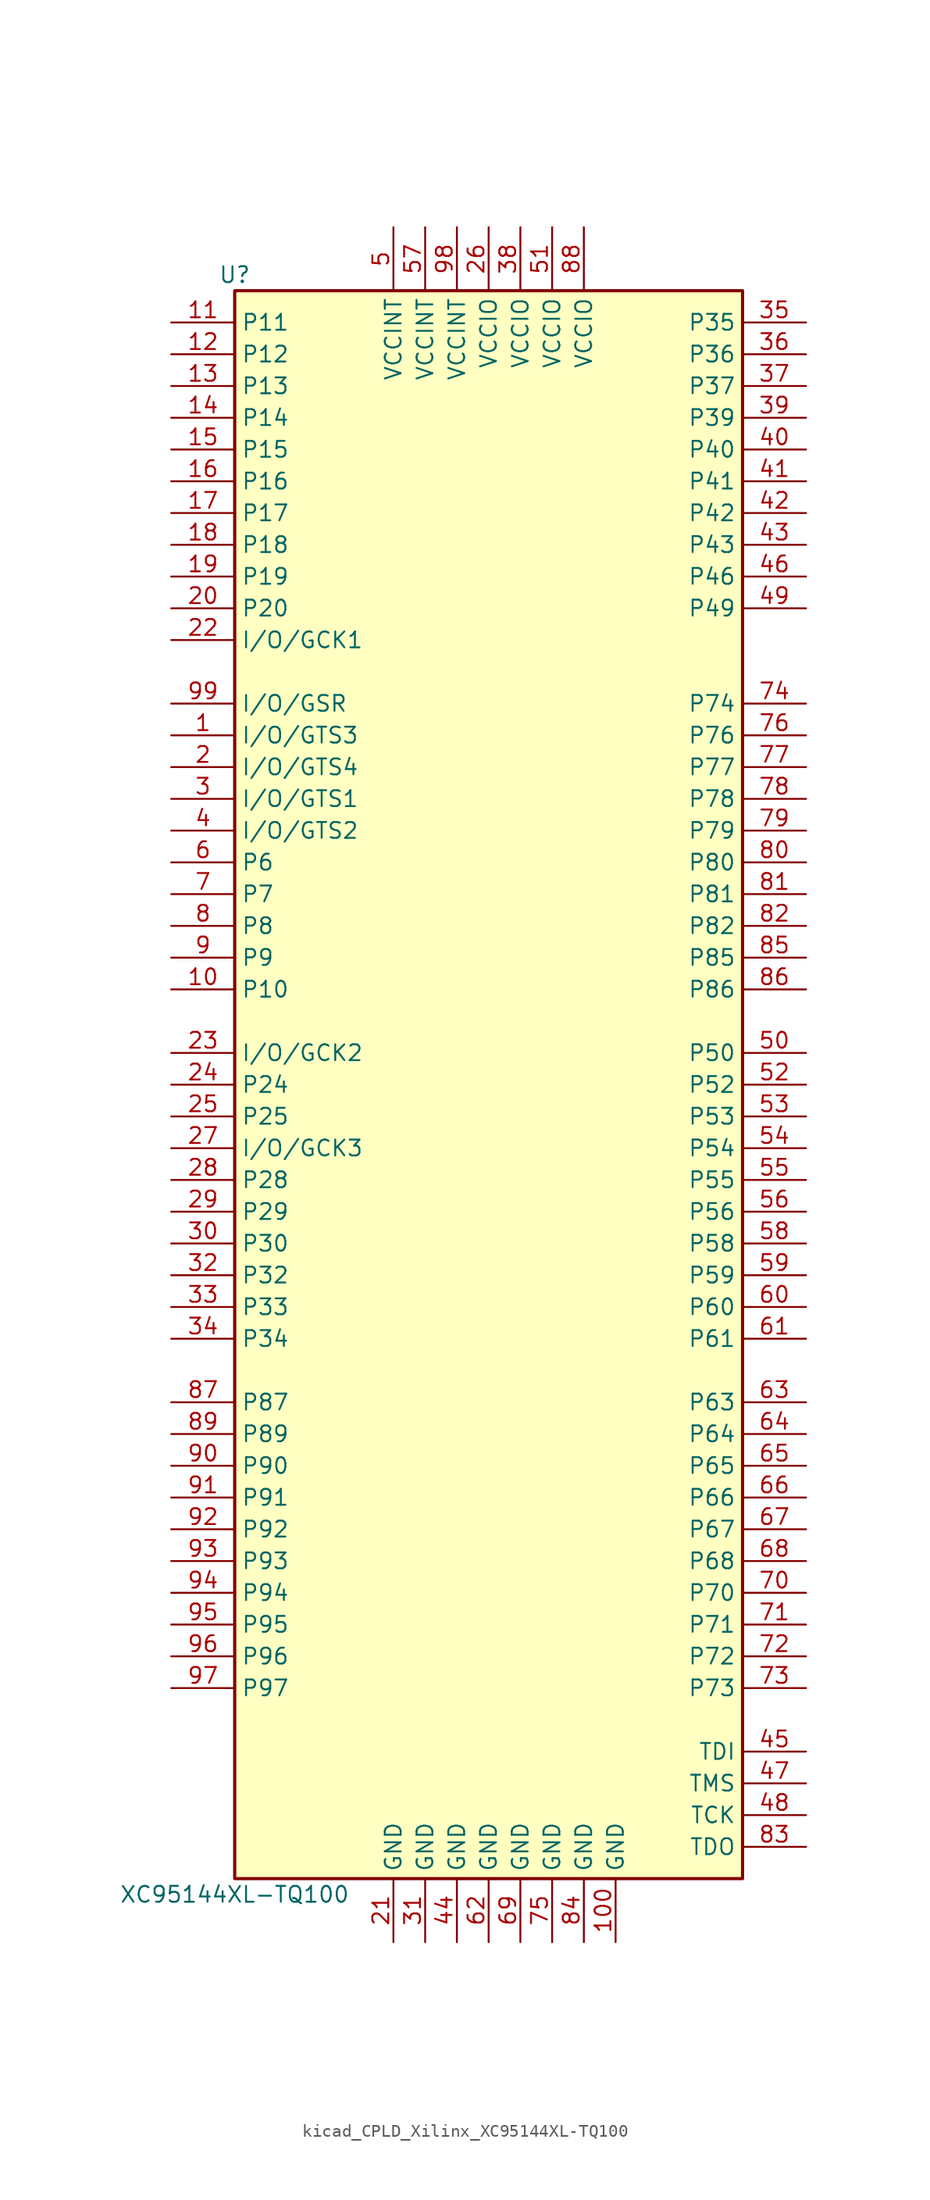
<source format=kicad_sym>
(kicad_symbol_lib
  (version 20220914)
  (generator kicad_symbol_editor)
  (symbol "kicad_CPLD_Xilinx_XC95144XL-TQ100"
    (property "Reference" "U"
      (at -20.32 64.77 0)
      (effects (font (size 1.27 1.27))))
    (property "Value" "XC95144XL-TQ100"
      (at -20.32 -64.77 0)
      (effects (font (size 1.27 1.27))))
    (symbol "kicad_CPLD_Xilinx_XC95144XL-TQ100_1_1"
      (rectangle (start -20.32 63.5) (end 20.32 -63.5) (stroke (width 0.254) (type default)) (fill (type background)))
      (pin bidirectional line (at -25.4 27.94 0) (length 5.08) (name "I/O/GTS3" (effects (font (size 1.27 1.27)))) (number "1" (effects (font (size 1.27 1.27)))))
      (pin bidirectional line (at -25.4 7.62 0) (length 5.08) (name "P10" (effects (font (size 1.27 1.27)))) (number "10" (effects (font (size 1.27 1.27)))))
      (pin power_in line (at 10.16 -68.58 90) (length 5.08) (name "GND" (effects (font (size 1.27 1.27)))) (number "100" (effects (font (size 1.27 1.27)))))
      (pin bidirectional line (at -25.4 60.96 0) (length 5.08) (name "P11" (effects (font (size 1.27 1.27)))) (number "11" (effects (font (size 1.27 1.27)))))
      (pin bidirectional line (at -25.4 58.42 0) (length 5.08) (name "P12" (effects (font (size 1.27 1.27)))) (number "12" (effects (font (size 1.27 1.27)))))
      (pin bidirectional line (at -25.4 55.88 0) (length 5.08) (name "P13" (effects (font (size 1.27 1.27)))) (number "13" (effects (font (size 1.27 1.27)))))
      (pin bidirectional line (at -25.4 53.34 0) (length 5.08) (name "P14" (effects (font (size 1.27 1.27)))) (number "14" (effects (font (size 1.27 1.27)))))
      (pin bidirectional line (at -25.4 50.8 0) (length 5.08) (name "P15" (effects (font (size 1.27 1.27)))) (number "15" (effects (font (size 1.27 1.27)))))
      (pin bidirectional line (at -25.4 48.26 0) (length 5.08) (name "P16" (effects (font (size 1.27 1.27)))) (number "16" (effects (font (size 1.27 1.27)))))
      (pin bidirectional line (at -25.4 45.72 0) (length 5.08) (name "P17" (effects (font (size 1.27 1.27)))) (number "17" (effects (font (size 1.27 1.27)))))
      (pin bidirectional line (at -25.4 43.18 0) (length 5.08) (name "P18" (effects (font (size 1.27 1.27)))) (number "18" (effects (font (size 1.27 1.27)))))
      (pin bidirectional line (at -25.4 40.64 0) (length 5.08) (name "P19" (effects (font (size 1.27 1.27)))) (number "19" (effects (font (size 1.27 1.27)))))
      (pin bidirectional line (at -25.4 25.4 0) (length 5.08) (name "I/O/GTS4" (effects (font (size 1.27 1.27)))) (number "2" (effects (font (size 1.27 1.27)))))
      (pin bidirectional line (at -25.4 38.1 0) (length 5.08) (name "P20" (effects (font (size 1.27 1.27)))) (number "20" (effects (font (size 1.27 1.27)))))
      (pin power_in line (at -7.62 -68.58 90) (length 5.08) (name "GND" (effects (font (size 1.27 1.27)))) (number "21" (effects (font (size 1.27 1.27)))))
      (pin bidirectional line (at -25.4 35.56 0) (length 5.08) (name "I/O/GCK1" (effects (font (size 1.27 1.27)))) (number "22" (effects (font (size 1.27 1.27)))))
      (pin bidirectional line (at -25.4 2.54 0) (length 5.08) (name "I/O/GCK2" (effects (font (size 1.27 1.27)))) (number "23" (effects (font (size 1.27 1.27)))))
      (pin bidirectional line (at -25.4 0 0) (length 5.08) (name "P24" (effects (font (size 1.27 1.27)))) (number "24" (effects (font (size 1.27 1.27)))))
      (pin bidirectional line (at -25.4 -2.54 0) (length 5.08) (name "P25" (effects (font (size 1.27 1.27)))) (number "25" (effects (font (size 1.27 1.27)))))
      (pin power_in line (at 0 68.58 270) (length 5.08) (name "VCCIO" (effects (font (size 1.27 1.27)))) (number "26" (effects (font (size 1.27 1.27)))))
      (pin bidirectional line (at -25.4 -5.08 0) (length 5.08) (name "I/O/GCK3" (effects (font (size 1.27 1.27)))) (number "27" (effects (font (size 1.27 1.27)))))
      (pin bidirectional line (at -25.4 -7.62 0) (length 5.08) (name "P28" (effects (font (size 1.27 1.27)))) (number "28" (effects (font (size 1.27 1.27)))))
      (pin bidirectional line (at -25.4 -10.16 0) (length 5.08) (name "P29" (effects (font (size 1.27 1.27)))) (number "29" (effects (font (size 1.27 1.27)))))
      (pin bidirectional line (at -25.4 22.86 0) (length 5.08) (name "I/O/GTS1" (effects (font (size 1.27 1.27)))) (number "3" (effects (font (size 1.27 1.27)))))
      (pin bidirectional line (at -25.4 -12.7 0) (length 5.08) (name "P30" (effects (font (size 1.27 1.27)))) (number "30" (effects (font (size 1.27 1.27)))))
      (pin power_in line (at -5.08 -68.58 90) (length 5.08) (name "GND" (effects (font (size 1.27 1.27)))) (number "31" (effects (font (size 1.27 1.27)))))
      (pin bidirectional line (at -25.4 -15.24 0) (length 5.08) (name "P32" (effects (font (size 1.27 1.27)))) (number "32" (effects (font (size 1.27 1.27)))))
      (pin bidirectional line (at -25.4 -17.78 0) (length 5.08) (name "P33" (effects (font (size 1.27 1.27)))) (number "33" (effects (font (size 1.27 1.27)))))
      (pin bidirectional line (at -25.4 -20.32 0) (length 5.08) (name "P34" (effects (font (size 1.27 1.27)))) (number "34" (effects (font (size 1.27 1.27)))))
      (pin bidirectional line (at 25.4 60.96 180) (length 5.08) (name "P35" (effects (font (size 1.27 1.27)))) (number "35" (effects (font (size 1.27 1.27)))))
      (pin bidirectional line (at 25.4 58.42 180) (length 5.08) (name "P36" (effects (font (size 1.27 1.27)))) (number "36" (effects (font (size 1.27 1.27)))))
      (pin bidirectional line (at 25.4 55.88 180) (length 5.08) (name "P37" (effects (font (size 1.27 1.27)))) (number "37" (effects (font (size 1.27 1.27)))))
      (pin power_in line (at 2.54 68.58 270) (length 5.08) (name "VCCIO" (effects (font (size 1.27 1.27)))) (number "38" (effects (font (size 1.27 1.27)))))
      (pin bidirectional line (at 25.4 53.34 180) (length 5.08) (name "P39" (effects (font (size 1.27 1.27)))) (number "39" (effects (font (size 1.27 1.27)))))
      (pin bidirectional line (at -25.4 20.32 0) (length 5.08) (name "I/O/GTS2" (effects (font (size 1.27 1.27)))) (number "4" (effects (font (size 1.27 1.27)))))
      (pin bidirectional line (at 25.4 50.8 180) (length 5.08) (name "P40" (effects (font (size 1.27 1.27)))) (number "40" (effects (font (size 1.27 1.27)))))
      (pin bidirectional line (at 25.4 48.26 180) (length 5.08) (name "P41" (effects (font (size 1.27 1.27)))) (number "41" (effects (font (size 1.27 1.27)))))
      (pin bidirectional line (at 25.4 45.72 180) (length 5.08) (name "P42" (effects (font (size 1.27 1.27)))) (number "42" (effects (font (size 1.27 1.27)))))
      (pin bidirectional line (at 25.4 43.18 180) (length 5.08) (name "P43" (effects (font (size 1.27 1.27)))) (number "43" (effects (font (size 1.27 1.27)))))
      (pin power_in line (at -2.54 -68.58 90) (length 5.08) (name "GND" (effects (font (size 1.27 1.27)))) (number "44" (effects (font (size 1.27 1.27)))))
      (pin input line (at 25.4 -53.34 180) (length 5.08) (name "TDI" (effects (font (size 1.27 1.27)))) (number "45" (effects (font (size 1.27 1.27)))))
      (pin bidirectional line (at 25.4 40.64 180) (length 5.08) (name "P46" (effects (font (size 1.27 1.27)))) (number "46" (effects (font (size 1.27 1.27)))))
      (pin input line (at 25.4 -55.88 180) (length 5.08) (name "TMS" (effects (font (size 1.27 1.27)))) (number "47" (effects (font (size 1.27 1.27)))))
      (pin input line (at 25.4 -58.42 180) (length 5.08) (name "TCK" (effects (font (size 1.27 1.27)))) (number "48" (effects (font (size 1.27 1.27)))))
      (pin bidirectional line (at 25.4 38.1 180) (length 5.08) (name "P49" (effects (font (size 1.27 1.27)))) (number "49" (effects (font (size 1.27 1.27)))))
      (pin power_in line (at -7.62 68.58 270) (length 5.08) (name "VCCINT" (effects (font (size 1.27 1.27)))) (number "5" (effects (font (size 1.27 1.27)))))
      (pin bidirectional line (at 25.4 2.54 180) (length 5.08) (name "P50" (effects (font (size 1.27 1.27)))) (number "50" (effects (font (size 1.27 1.27)))))
      (pin power_in line (at 5.08 68.58 270) (length 5.08) (name "VCCIO" (effects (font (size 1.27 1.27)))) (number "51" (effects (font (size 1.27 1.27)))))
      (pin bidirectional line (at 25.4 0 180) (length 5.08) (name "P52" (effects (font (size 1.27 1.27)))) (number "52" (effects (font (size 1.27 1.27)))))
      (pin bidirectional line (at 25.4 -2.54 180) (length 5.08) (name "P53" (effects (font (size 1.27 1.27)))) (number "53" (effects (font (size 1.27 1.27)))))
      (pin bidirectional line (at 25.4 -5.08 180) (length 5.08) (name "P54" (effects (font (size 1.27 1.27)))) (number "54" (effects (font (size 1.27 1.27)))))
      (pin bidirectional line (at 25.4 -7.62 180) (length 5.08) (name "P55" (effects (font (size 1.27 1.27)))) (number "55" (effects (font (size 1.27 1.27)))))
      (pin bidirectional line (at 25.4 -10.16 180) (length 5.08) (name "P56" (effects (font (size 1.27 1.27)))) (number "56" (effects (font (size 1.27 1.27)))))
      (pin power_in line (at -5.08 68.58 270) (length 5.08) (name "VCCINT" (effects (font (size 1.27 1.27)))) (number "57" (effects (font (size 1.27 1.27)))))
      (pin bidirectional line (at 25.4 -12.7 180) (length 5.08) (name "P58" (effects (font (size 1.27 1.27)))) (number "58" (effects (font (size 1.27 1.27)))))
      (pin bidirectional line (at 25.4 -15.24 180) (length 5.08) (name "P59" (effects (font (size 1.27 1.27)))) (number "59" (effects (font (size 1.27 1.27)))))
      (pin bidirectional line (at -25.4 17.78 0) (length 5.08) (name "P6" (effects (font (size 1.27 1.27)))) (number "6" (effects (font (size 1.27 1.27)))))
      (pin bidirectional line (at 25.4 -17.78 180) (length 5.08) (name "P60" (effects (font (size 1.27 1.27)))) (number "60" (effects (font (size 1.27 1.27)))))
      (pin bidirectional line (at 25.4 -20.32 180) (length 5.08) (name "P61" (effects (font (size 1.27 1.27)))) (number "61" (effects (font (size 1.27 1.27)))))
      (pin power_in line (at 0 -68.58 90) (length 5.08) (name "GND" (effects (font (size 1.27 1.27)))) (number "62" (effects (font (size 1.27 1.27)))))
      (pin bidirectional line (at 25.4 -25.4 180) (length 5.08) (name "P63" (effects (font (size 1.27 1.27)))) (number "63" (effects (font (size 1.27 1.27)))))
      (pin bidirectional line (at 25.4 -27.94 180) (length 5.08) (name "P64" (effects (font (size 1.27 1.27)))) (number "64" (effects (font (size 1.27 1.27)))))
      (pin bidirectional line (at 25.4 -30.48 180) (length 5.08) (name "P65" (effects (font (size 1.27 1.27)))) (number "65" (effects (font (size 1.27 1.27)))))
      (pin bidirectional line (at 25.4 -33.02 180) (length 5.08) (name "P66" (effects (font (size 1.27 1.27)))) (number "66" (effects (font (size 1.27 1.27)))))
      (pin bidirectional line (at 25.4 -35.56 180) (length 5.08) (name "P67" (effects (font (size 1.27 1.27)))) (number "67" (effects (font (size 1.27 1.27)))))
      (pin bidirectional line (at 25.4 -38.1 180) (length 5.08) (name "P68" (effects (font (size 1.27 1.27)))) (number "68" (effects (font (size 1.27 1.27)))))
      (pin power_in line (at 2.54 -68.58 90) (length 5.08) (name "GND" (effects (font (size 1.27 1.27)))) (number "69" (effects (font (size 1.27 1.27)))))
      (pin bidirectional line (at -25.4 15.24 0) (length 5.08) (name "P7" (effects (font (size 1.27 1.27)))) (number "7" (effects (font (size 1.27 1.27)))))
      (pin bidirectional line (at 25.4 -40.64 180) (length 5.08) (name "P70" (effects (font (size 1.27 1.27)))) (number "70" (effects (font (size 1.27 1.27)))))
      (pin bidirectional line (at 25.4 -43.18 180) (length 5.08) (name "P71" (effects (font (size 1.27 1.27)))) (number "71" (effects (font (size 1.27 1.27)))))
      (pin bidirectional line (at 25.4 -45.72 180) (length 5.08) (name "P72" (effects (font (size 1.27 1.27)))) (number "72" (effects (font (size 1.27 1.27)))))
      (pin bidirectional line (at 25.4 -48.26 180) (length 5.08) (name "P73" (effects (font (size 1.27 1.27)))) (number "73" (effects (font (size 1.27 1.27)))))
      (pin bidirectional line (at 25.4 30.48 180) (length 5.08) (name "P74" (effects (font (size 1.27 1.27)))) (number "74" (effects (font (size 1.27 1.27)))))
      (pin power_in line (at 5.08 -68.58 90) (length 5.08) (name "GND" (effects (font (size 1.27 1.27)))) (number "75" (effects (font (size 1.27 1.27)))))
      (pin bidirectional line (at 25.4 27.94 180) (length 5.08) (name "P76" (effects (font (size 1.27 1.27)))) (number "76" (effects (font (size 1.27 1.27)))))
      (pin bidirectional line (at 25.4 25.4 180) (length 5.08) (name "P77" (effects (font (size 1.27 1.27)))) (number "77" (effects (font (size 1.27 1.27)))))
      (pin bidirectional line (at 25.4 22.86 180) (length 5.08) (name "P78" (effects (font (size 1.27 1.27)))) (number "78" (effects (font (size 1.27 1.27)))))
      (pin bidirectional line (at 25.4 20.32 180) (length 5.08) (name "P79" (effects (font (size 1.27 1.27)))) (number "79" (effects (font (size 1.27 1.27)))))
      (pin bidirectional line (at -25.4 12.7 0) (length 5.08) (name "P8" (effects (font (size 1.27 1.27)))) (number "8" (effects (font (size 1.27 1.27)))))
      (pin bidirectional line (at 25.4 17.78 180) (length 5.08) (name "P80" (effects (font (size 1.27 1.27)))) (number "80" (effects (font (size 1.27 1.27)))))
      (pin bidirectional line (at 25.4 15.24 180) (length 5.08) (name "P81" (effects (font (size 1.27 1.27)))) (number "81" (effects (font (size 1.27 1.27)))))
      (pin bidirectional line (at 25.4 12.7 180) (length 5.08) (name "P82" (effects (font (size 1.27 1.27)))) (number "82" (effects (font (size 1.27 1.27)))))
      (pin output line (at 25.4 -60.96 180) (length 5.08) (name "TDO" (effects (font (size 1.27 1.27)))) (number "83" (effects (font (size 1.27 1.27)))))
      (pin power_in line (at 7.62 -68.58 90) (length 5.08) (name "GND" (effects (font (size 1.27 1.27)))) (number "84" (effects (font (size 1.27 1.27)))))
      (pin bidirectional line (at 25.4 10.16 180) (length 5.08) (name "P85" (effects (font (size 1.27 1.27)))) (number "85" (effects (font (size 1.27 1.27)))))
      (pin bidirectional line (at 25.4 7.62 180) (length 5.08) (name "P86" (effects (font (size 1.27 1.27)))) (number "86" (effects (font (size 1.27 1.27)))))
      (pin bidirectional line (at -25.4 -25.4 0) (length 5.08) (name "P87" (effects (font (size 1.27 1.27)))) (number "87" (effects (font (size 1.27 1.27)))))
      (pin power_in line (at 7.62 68.58 270) (length 5.08) (name "VCCIO" (effects (font (size 1.27 1.27)))) (number "88" (effects (font (size 1.27 1.27)))))
      (pin bidirectional line (at -25.4 -27.94 0) (length 5.08) (name "P89" (effects (font (size 1.27 1.27)))) (number "89" (effects (font (size 1.27 1.27)))))
      (pin bidirectional line (at -25.4 10.16 0) (length 5.08) (name "P9" (effects (font (size 1.27 1.27)))) (number "9" (effects (font (size 1.27 1.27)))))
      (pin bidirectional line (at -25.4 -30.48 0) (length 5.08) (name "P90" (effects (font (size 1.27 1.27)))) (number "90" (effects (font (size 1.27 1.27)))))
      (pin bidirectional line (at -25.4 -33.02 0) (length 5.08) (name "P91" (effects (font (size 1.27 1.27)))) (number "91" (effects (font (size 1.27 1.27)))))
      (pin bidirectional line (at -25.4 -35.56 0) (length 5.08) (name "P92" (effects (font (size 1.27 1.27)))) (number "92" (effects (font (size 1.27 1.27)))))
      (pin bidirectional line (at -25.4 -38.1 0) (length 5.08) (name "P93" (effects (font (size 1.27 1.27)))) (number "93" (effects (font (size 1.27 1.27)))))
      (pin bidirectional line (at -25.4 -40.64 0) (length 5.08) (name "P94" (effects (font (size 1.27 1.27)))) (number "94" (effects (font (size 1.27 1.27)))))
      (pin bidirectional line (at -25.4 -43.18 0) (length 5.08) (name "P95" (effects (font (size 1.27 1.27)))) (number "95" (effects (font (size 1.27 1.27)))))
      (pin bidirectional line (at -25.4 -45.72 0) (length 5.08) (name "P96" (effects (font (size 1.27 1.27)))) (number "96" (effects (font (size 1.27 1.27)))))
      (pin bidirectional line (at -25.4 -48.26 0) (length 5.08) (name "P97" (effects (font (size 1.27 1.27)))) (number "97" (effects (font (size 1.27 1.27)))))
      (pin power_in line (at -2.54 68.58 270) (length 5.08) (name "VCCINT" (effects (font (size 1.27 1.27)))) (number "98" (effects (font (size 1.27 1.27)))))
      (pin bidirectional line (at -25.4 30.48 0) (length 5.08) (name "I/O/GSR" (effects (font (size 1.27 1.27)))) (number "99" (effects (font (size 1.27 1.27))))))))
</source>
